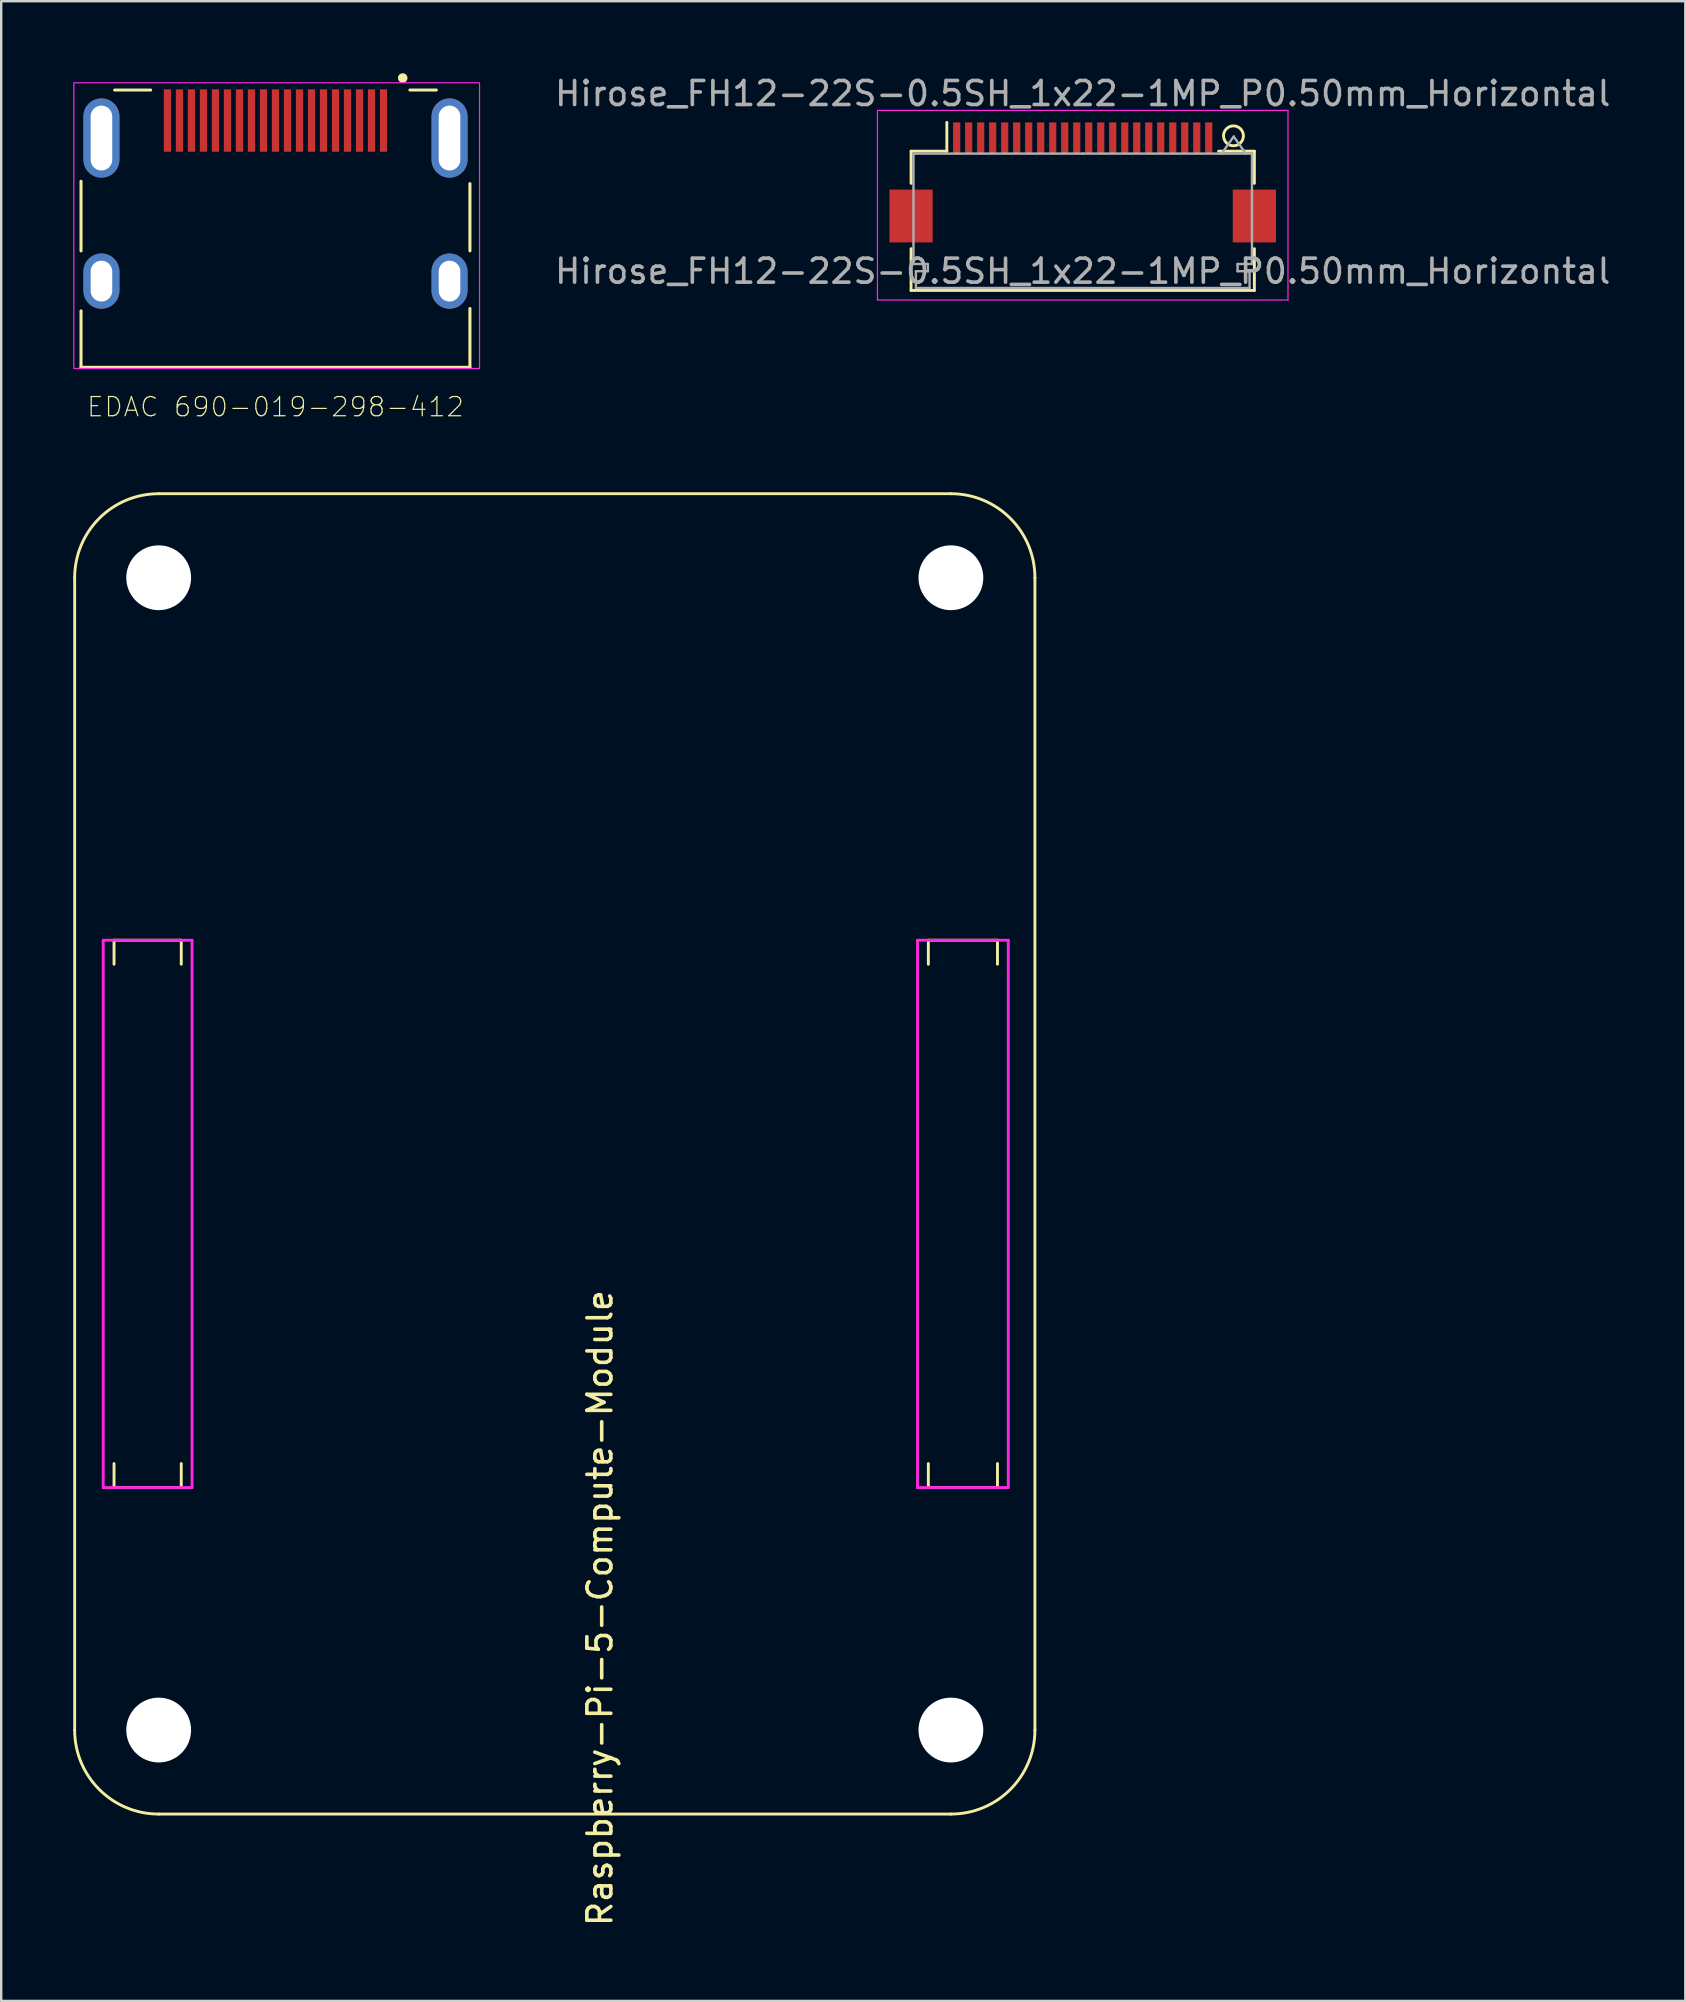
<source format=kicad_pcb>
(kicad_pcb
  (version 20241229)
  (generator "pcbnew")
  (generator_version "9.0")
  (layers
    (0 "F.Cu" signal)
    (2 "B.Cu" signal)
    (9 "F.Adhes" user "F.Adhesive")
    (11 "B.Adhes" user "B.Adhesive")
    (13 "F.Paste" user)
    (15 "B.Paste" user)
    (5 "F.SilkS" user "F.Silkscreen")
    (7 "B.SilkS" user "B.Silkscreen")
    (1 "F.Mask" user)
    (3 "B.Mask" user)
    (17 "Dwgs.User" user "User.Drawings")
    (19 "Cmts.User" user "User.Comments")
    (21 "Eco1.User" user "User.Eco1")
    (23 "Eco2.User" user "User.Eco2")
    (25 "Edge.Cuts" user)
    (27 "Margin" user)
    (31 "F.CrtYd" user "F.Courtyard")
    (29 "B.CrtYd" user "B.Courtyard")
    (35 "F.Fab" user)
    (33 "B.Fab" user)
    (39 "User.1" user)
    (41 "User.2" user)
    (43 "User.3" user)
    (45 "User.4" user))
  (footprint "Hirose_FH12-22S-0.5SH_1x22-1MP_P0.50mm_Horizontal"
    (layer "F.Cu")
    (at 42.051 4.548)
    (property "Reference" "Hirose_FH12-22S-0.5SH_1x22-1MP_P0.50mm_Horizontal" (at 0 -3.7 180) (layer "F.Fab") (effects (font (size 1 1) (thickness 0.15))))
    (attr smd)
    (fp_line (start -7.15 -1.3) (end -7.15 0.04) (stroke (width 0.12) (type solid)) (layer "F.SilkS"))
    (fp_line (start -7.15 2.76) (end -7.15 4.5) (stroke (width 0.12) (type solid)) (layer "F.SilkS"))
    (fp_line (start -7.15 4.5) (end 7.15 4.5) (stroke (width 0.12) (type solid)) (layer "F.SilkS"))
    (fp_line (start -5.66 -1.3) (end -7.15 -1.3) (stroke (width 0.12) (type solid)) (layer "F.SilkS"))
    (fp_line (start -5.66 -1.3) (end -5.66 -2.5) (stroke (width 0.12) (type solid)) (layer "F.SilkS"))
    (fp_line (start 5.66 -1.3) (end 7.15 -1.3) (stroke (width 0.12) (type solid)) (layer "F.SilkS"))
    (fp_line (start 7.15 -1.3) (end 7.15 0.04) (stroke (width 0.12) (type solid)) (layer "F.SilkS"))
    (fp_line (start 7.15 4.5) (end 7.15 2.76) (stroke (width 0.12) (type solid)) (layer "F.SilkS"))
    (fp_circle (center 6.28 -1.94) (end 6.61 -1.69) (stroke (width 0.12) (type solid)) (fill no) (layer "F.SilkS"))
    (fp_line (start -8.55 -3) (end -8.55 4.9) (stroke (width 0.05) (type solid)) (layer "F.CrtYd"))
    (fp_line (start -8.55 4.9) (end 8.55 4.9) (stroke (width 0.05) (type solid)) (layer "F.CrtYd"))
    (fp_line (start 8.55 -3) (end -8.55 -3) (stroke (width 0.05) (type solid)) (layer "F.CrtYd"))
    (fp_line (start 8.55 4.9) (end 8.55 -3) (stroke (width 0.05) (type solid)) (layer "F.CrtYd"))
    (fp_line (start -7.05 -1.2) (end -7.05 3.4) (stroke (width 0.1) (type solid)) (layer "F.Fab"))
    (fp_line (start -7.05 3.4) (end -6.45 3.4) (stroke (width 0.1) (type solid)) (layer "F.Fab"))
    (fp_line (start -6.95 3.7) (end -6.95 4.4) (stroke (width 0.1) (type solid)) (layer "F.Fab"))
    (fp_line (start -6.95 4.4) (end 0 4.4) (stroke (width 0.1) (type solid)) (layer "F.Fab"))
    (fp_line (start -6.45 3.4) (end -6.45 3.7) (stroke (width 0.1) (type solid)) (layer "F.Fab"))
    (fp_line (start -6.45 3.7) (end -6.95 3.7) (stroke (width 0.1) (type solid)) (layer "F.Fab"))
    (fp_line (start 0 -1.2) (end -7.05 -1.2) (stroke (width 0.1) (type solid)) (layer "F.Fab"))
    (fp_line (start 0 -1.2) (end 7.05 -1.2) (stroke (width 0.1) (type solid)) (layer "F.Fab"))
    (fp_line (start 6.29 -1.91) (end 5.79 -1.203) (stroke (width 0.1) (type solid)) (layer "F.Fab"))
    (fp_line (start 6.45 3.4) (end 6.45 3.7) (stroke (width 0.1) (type solid)) (layer "F.Fab"))
    (fp_line (start 6.45 3.7) (end 6.95 3.7) (stroke (width 0.1) (type solid)) (layer "F.Fab"))
    (fp_line (start 6.79 -1.203) (end 6.29 -1.91) (stroke (width 0.1) (type solid)) (layer "F.Fab"))
    (fp_line (start 6.95 3.7) (end 6.95 4.4) (stroke (width 0.1) (type solid)) (layer "F.Fab"))
    (fp_line (start 6.95 4.4) (end 0 4.4) (stroke (width 0.1) (type solid)) (layer "F.Fab"))
    (fp_line (start 7.05 -1.2) (end 7.05 3.4) (stroke (width 0.1) (type solid)) (layer "F.Fab"))
    (fp_line (start 7.05 3.4) (end 6.45 3.4) (stroke (width 0.1) (type solid)) (layer "F.Fab"))
    (fp_text user "${REFERENCE}" (at 0 3.7 180) (layer "F.Fab") (effects (font (size 1 1) (thickness 0.15))))
    (pad "1" smd rect (at 5.25 -1.85) (size 0.3 1.3) (layers "F.Cu" "F.Mask" "F.Paste"))
    (pad "2" smd rect (at 4.75 -1.85) (size 0.3 1.3) (layers "F.Cu" "F.Mask" "F.Paste"))
    (pad "3" smd rect (at 4.25 -1.85) (size 0.3 1.3) (layers "F.Cu" "F.Mask" "F.Paste"))
    (pad "4" smd rect (at 3.75 -1.85) (size 0.3 1.3) (layers "F.Cu" "F.Mask" "F.Paste"))
    (pad "5" smd rect (at 3.25 -1.85) (size 0.3 1.3) (layers "F.Cu" "F.Mask" "F.Paste"))
    (pad "6" smd rect (at 2.75 -1.85) (size 0.3 1.3) (layers "F.Cu" "F.Mask" "F.Paste"))
    (pad "7" smd rect (at 2.25 -1.85) (size 0.3 1.3) (layers "F.Cu" "F.Mask" "F.Paste"))
    (pad "8" smd rect (at 1.75 -1.85) (size 0.3 1.3) (layers "F.Cu" "F.Mask" "F.Paste"))
    (pad "9" smd rect (at 1.25 -1.85) (size 0.3 1.3) (layers "F.Cu" "F.Mask" "F.Paste"))
    (pad "10" smd rect (at 0.75 -1.85) (size 0.3 1.3) (layers "F.Cu" "F.Mask" "F.Paste"))
    (pad "11" smd rect (at 0.25 -1.85) (size 0.3 1.3) (layers "F.Cu" "F.Mask" "F.Paste"))
    (pad "12" smd rect (at -0.25 -1.85) (size 0.3 1.3) (layers "F.Cu" "F.Mask" "F.Paste"))
    (pad "13" smd rect (at -0.75 -1.85) (size 0.3 1.3) (layers "F.Cu" "F.Mask" "F.Paste"))
    (pad "14" smd rect (at -1.25 -1.85) (size 0.3 1.3) (layers "F.Cu" "F.Mask" "F.Paste"))
    (pad "15" smd rect (at -1.75 -1.85) (size 0.3 1.3) (layers "F.Cu" "F.Mask" "F.Paste"))
    (pad "16" smd rect (at -2.25 -1.85) (size 0.3 1.3) (layers "F.Cu" "F.Mask" "F.Paste"))
    (pad "17" smd rect (at -2.75 -1.85) (size 0.3 1.3) (layers "F.Cu" "F.Mask" "F.Paste"))
    (pad "18" smd rect (at -3.25 -1.85) (size 0.3 1.3) (layers "F.Cu" "F.Mask" "F.Paste"))
    (pad "19" smd rect (at -3.75 -1.85) (size 0.3 1.3) (layers "F.Cu" "F.Mask" "F.Paste"))
    (pad "20" smd rect (at -4.25 -1.85) (size 0.3 1.3) (layers "F.Cu" "F.Mask" "F.Paste"))
    (pad "21" smd rect (at -4.75 -1.85) (size 0.3 1.3) (layers "F.Cu" "F.Mask" "F.Paste"))
    (pad "22" smd rect (at -5.25 -1.85) (size 0.3 1.3) (layers "F.Cu" "F.Mask" "F.Paste"))
    (pad "MP" smd rect (at -7.15 1.4) (size 1.8 2.2) (layers "F.Cu" "F.Mask" "F.Paste"))
    (pad "MP" smd rect (at 7.15 1.4) (size 1.8 2.2) (layers "F.Cu" "F.Mask" "F.Paste")))
  (footprint "EDAC 690-019-298-412"
    (layer "F.Cu")
    (at 8.425 2.7)
    (property "Reference" "EDAC 690-019-298-412" (at 0 11.2 0) (layer "F.SilkS") (effects (font (size 0.8 0.8) (thickness 0.05))))
    (attr through_hole)
    (fp_line (start -8.1 4.7) (end -8.1 1.8) (stroke (width 0.127) (type solid)) (layer "F.SilkS"))
    (fp_line (start -8.1 9.55) (end -8.1 7.2) (stroke (width 0.127) (type solid)) (layer "F.SilkS"))
    (fp_line (start -8.1 9.55) (end 8.1 9.55) (stroke (width 0.127) (type solid)) (layer "F.SilkS"))
    (fp_line (start -6.7 -2) (end -5.2 -2) (stroke (width 0.127) (type solid)) (layer "F.SilkS"))
    (fp_line (start 5.6 -2) (end 6.7 -2) (stroke (width 0.127) (type solid)) (layer "F.SilkS"))
    (fp_line (start 8.1 1.9) (end 8.1 4.7) (stroke (width 0.127) (type solid)) (layer "F.SilkS"))
    (fp_line (start 8.1 7.1) (end 8.1 9.55) (stroke (width 0.127) (type solid)) (layer "F.SilkS"))
    (fp_circle (center 5.3 -2.5) (end 5.4 -2.5) (stroke (width 0.2) (type solid)) (fill no) (layer "F.SilkS"))
    (fp_line (start -8.35 -2.2) (end 8.4 -2.2) (stroke (width 0.05) (type solid)) (layer "Eco1.User"))
    (fp_line (start -8.35 8.5) (end -8.35 -2.2) (stroke (width 0.05) (type solid)) (layer "Eco1.User"))
    (fp_line (start -8.35 9.5) (end -8.35 8.5) (stroke (width 0.05) (type solid)) (layer "Eco1.User"))
    (fp_line (start 8.4 -2.2) (end 8.4 9.5) (stroke (width 0.05) (type solid)) (layer "Eco1.User"))
    (fp_line (start 8.4 9.5) (end -8.35 9.5) (stroke (width 0.05) (type solid)) (layer "Eco1.User"))
    (fp_line (start -8.1 -2) (end 8.1 -2) (stroke (width 0.127) (type solid)) (layer "Eco2.User"))
    (fp_line (start -8.1 8.5) (end -8.1 -2) (stroke (width 0.127) (type solid)) (layer "Eco2.User"))
    (fp_line (start -8.1 10.55) (end -8.1 8.5) (stroke (width 0.127) (type solid)) (layer "Eco2.User"))
    (fp_line (start 8.1 -2) (end 8.1 8.5) (stroke (width 0.127) (type solid)) (layer "Eco2.User"))
    (fp_line (start 8.1 8.5) (end 8.1 10.55) (stroke (width 0.127) (type solid)) (layer "Eco2.User"))
    (fp_line (start 8.1 10.55) (end -8.1 10.55) (stroke (width 0.127) (type solid)) (layer "Eco2.User"))
    (fp_rect (start -8.4 -2.3) (end 8.5 9.6) (stroke (width 0.05) (type default)) (fill no) (layer "F.CrtYd"))
    (pad "1" smd rect (at 4.5 -0.73 90) (size 2.6 0.3) (layers "F.Cu" "F.Mask" "F.Paste"))
    (pad "2" smd rect (at 4 -0.73 90) (size 2.6 0.3) (layers "F.Cu" "F.Mask" "F.Paste"))
    (pad "3" smd rect (at 3.5 -0.73 90) (size 2.6 0.3) (layers "F.Cu" "F.Mask" "F.Paste"))
    (pad "4" smd rect (at 3 -0.73 90) (size 2.6 0.3) (layers "F.Cu" "F.Mask" "F.Paste"))
    (pad "5" smd rect (at 2.5 -0.73 90) (size 2.6 0.3) (layers "F.Cu" "F.Mask" "F.Paste"))
    (pad "6" smd rect (at 2 -0.73 90) (size 2.6 0.3) (layers "F.Cu" "F.Mask" "F.Paste"))
    (pad "7" smd rect (at 1.5 -0.73 90) (size 2.6 0.3) (layers "F.Cu" "F.Mask" "F.Paste"))
    (pad "8" smd rect (at 1 -0.73 90) (size 2.6 0.3) (layers "F.Cu" "F.Mask" "F.Paste"))
    (pad "9" smd rect (at 0.5 -0.73 90) (size 2.6 0.3) (layers "F.Cu" "F.Mask" "F.Paste"))
    (pad "10" smd rect (at 0 -0.73 90) (size 2.6 0.3) (layers "F.Cu" "F.Mask" "F.Paste"))
    (pad "11" smd rect (at -0.5 -0.73 90) (size 2.6 0.3) (layers "F.Cu" "F.Mask" "F.Paste"))
    (pad "12" smd rect (at -1 -0.73 90) (size 2.6 0.3) (layers "F.Cu" "F.Mask" "F.Paste"))
    (pad "13" smd rect (at -1.5 -0.73 90) (size 2.6 0.3) (layers "F.Cu" "F.Mask" "F.Paste"))
    (pad "14" smd rect (at -2 -0.73 90) (size 2.6 0.3) (layers "F.Cu" "F.Mask" "F.Paste"))
    (pad "15" smd rect (at -2.5 -0.73 90) (size 2.6 0.3) (layers "F.Cu" "F.Mask" "F.Paste"))
    (pad "16" smd rect (at -3 -0.73 90) (size 2.6 0.3) (layers "F.Cu" "F.Mask" "F.Paste"))
    (pad "17" smd rect (at -3.5 -0.73 90) (size 2.6 0.3) (layers "F.Cu" "F.Mask" "F.Paste"))
    (pad "18" smd rect (at -4 -0.73 90) (size 2.6 0.3) (layers "F.Cu" "F.Mask" "F.Paste"))
    (pad "19" smd rect (at -4.5 -0.73 90) (size 2.6 0.3) (layers "F.Cu" "F.Mask" "F.Paste"))
    (pad "SH1" thru_hole oval (at 7.25 0) (size 1.5 3.3) (drill oval 0.9 2.7) (layers "*.Cu" "*.Mask"))
    (pad "SH2" thru_hole oval (at -7.25 0) (size 1.5 3.3) (drill oval 0.9 2.7) (layers "*.Cu" "*.Mask"))
    (pad "SH3" thru_hole oval (at -7.25 5.96) (size 1.5 2.3) (drill oval 0.9 1.7) (layers "*.Cu" "*.Mask"))
    (pad "SH4" thru_hole oval (at 7.25 5.96) (size 1.5 2.3) (drill oval 0.9 1.7) (layers "*.Cu" "*.Mask")))
  (footprint "Raspberry-Pi-5-Compute-Module"
    (layer "F.Cu")
    (at 3.56 69.016)
    (property "Reference" "Raspberry-Pi-5-Compute-Module" (at 18.38 -5.08 270) (layer "F.SilkS") (effects (font (size 1 1) (thickness 0.15))))
    (attr smd)
    (fp_line (start -3.5 -48) (end -3.5 0) (stroke (width 0.12) (type solid)) (layer "F.SilkS"))
    (fp_line (start -1.86 -32.9) (end -1.86 -31.9) (stroke (width 0.12) (type solid)) (layer "F.SilkS"))
    (fp_line (start -1.86 -32.9) (end 0.94 -32.9) (stroke (width 0.12) (type solid)) (layer "F.SilkS"))
    (fp_line (start -1.86 -10.1) (end -1.86 -11.1) (stroke (width 0.12) (type solid)) (layer "F.SilkS"))
    (fp_line (start -1.86 -10.1) (end 0.94 -10.1) (stroke (width 0.12) (type solid)) (layer "F.SilkS"))
    (fp_line (start 0 3.5) (end 33 3.5) (stroke (width 0.12) (type solid)) (layer "F.SilkS"))
    (fp_line (start 0.94 -32.9) (end 0.94 -31.9) (stroke (width 0.12) (type solid)) (layer "F.SilkS"))
    (fp_line (start 0.94 -10.1) (end 0.94 -11.1) (stroke (width 0.12) (type solid)) (layer "F.SilkS"))
    (fp_line (start 32.06 -32.9) (end 32.06 -31.9) (stroke (width 0.12) (type solid)) (layer "F.SilkS"))
    (fp_line (start 32.06 -32.9) (end 34.94 -32.9) (stroke (width 0.12) (type solid)) (layer "F.SilkS"))
    (fp_line (start 32.06 -10.1) (end 32.06 -11.1) (stroke (width 0.12) (type solid)) (layer "F.SilkS"))
    (fp_line (start 32.06 -10.1) (end 34.94 -10.1) (stroke (width 0.12) (type solid)) (layer "F.SilkS"))
    (fp_line (start 33 -51.5) (end 0 -51.5) (stroke (width 0.12) (type solid)) (layer "F.SilkS"))
    (fp_line (start 34.94 -32.9) (end 34.94 -31.9) (stroke (width 0.12) (type solid)) (layer "F.SilkS"))
    (fp_line (start 34.94 -10.1) (end 34.94 -11.1) (stroke (width 0.12) (type solid)) (layer "F.SilkS"))
    (fp_line (start 36.5 0) (end 36.5 -48) (stroke (width 0.12) (type solid)) (layer "F.SilkS"))
    (fp_arc (start -3.5 -48) (mid -2.474874 -50.474874) (end 0 -51.5) (stroke (width 0.12) (type solid)) (layer "F.SilkS"))
    (fp_arc (start 0 3.5) (mid -2.474874 2.474874) (end -3.5 0) (stroke (width 0.12) (type solid)) (layer "F.SilkS"))
    (fp_arc (start 33 -51.5) (mid 35.474874 -50.474874) (end 36.5 -48) (stroke (width 0.12) (type solid)) (layer "F.SilkS"))
    (fp_arc (start 36.5 0) (mid 35.474874 2.474874) (end 33 3.5) (stroke (width 0.12) (type solid)) (layer "F.SilkS"))
    (fp_line (start -2.31 -32.9) (end 1.39 -32.9) (stroke (width 0.12) (type solid)) (layer "F.CrtYd"))
    (fp_line (start -2.31 -10.1) (end -2.31 -32.9) (stroke (width 0.12) (type solid)) (layer "F.CrtYd"))
    (fp_line (start 1.39 -32.9) (end 1.39 -10.1) (stroke (width 0.12) (type solid)) (layer "F.CrtYd"))
    (fp_line (start 1.39 -10.1) (end -2.31 -10.1) (stroke (width 0.12) (type solid)) (layer "F.CrtYd"))
    (fp_line (start 31.61 -32.9) (end 35.39 -32.9) (stroke (width 0.12) (type solid)) (layer "F.CrtYd"))
    (fp_line (start 31.61 -10.1) (end 31.61 -32.9) (stroke (width 0.12) (type solid)) (layer "F.CrtYd"))
    (fp_line (start 35.39 -32.9) (end 35.39 -10.1) (stroke (width 0.12) (type solid)) (layer "F.CrtYd"))
    (fp_line (start 35.39 -10.1) (end 31.61 -10.1) (stroke (width 0.12) (type solid)) (layer "F.CrtYd"))
    (pad "" np_thru_hole circle (at 0 -48) (size 2.7 2.7) (drill 2.7) (layers "*.Cu" "*.Mask"))
    (pad "" np_thru_hole circle (at 0 0) (size 2.7 2.7) (drill 2.7) (layers "*.Cu" "*.Mask"))
    (pad "" np_thru_hole circle (at 33 -48) (size 2.7 2.7) (drill 2.7) (layers "*.Cu" "*.Mask"))
    (pad "" np_thru_hole circle (at 33 0) (size 2.7 2.7) (drill 2.7) (layers "*.Cu" "*.Mask")))
  (gr_rect
    (start -3 -3)
    (end 67.152 80.299)
    (stroke (width 0.1) (type default))
    (fill no)
    (layer "Edge.Cuts")))
</source>
